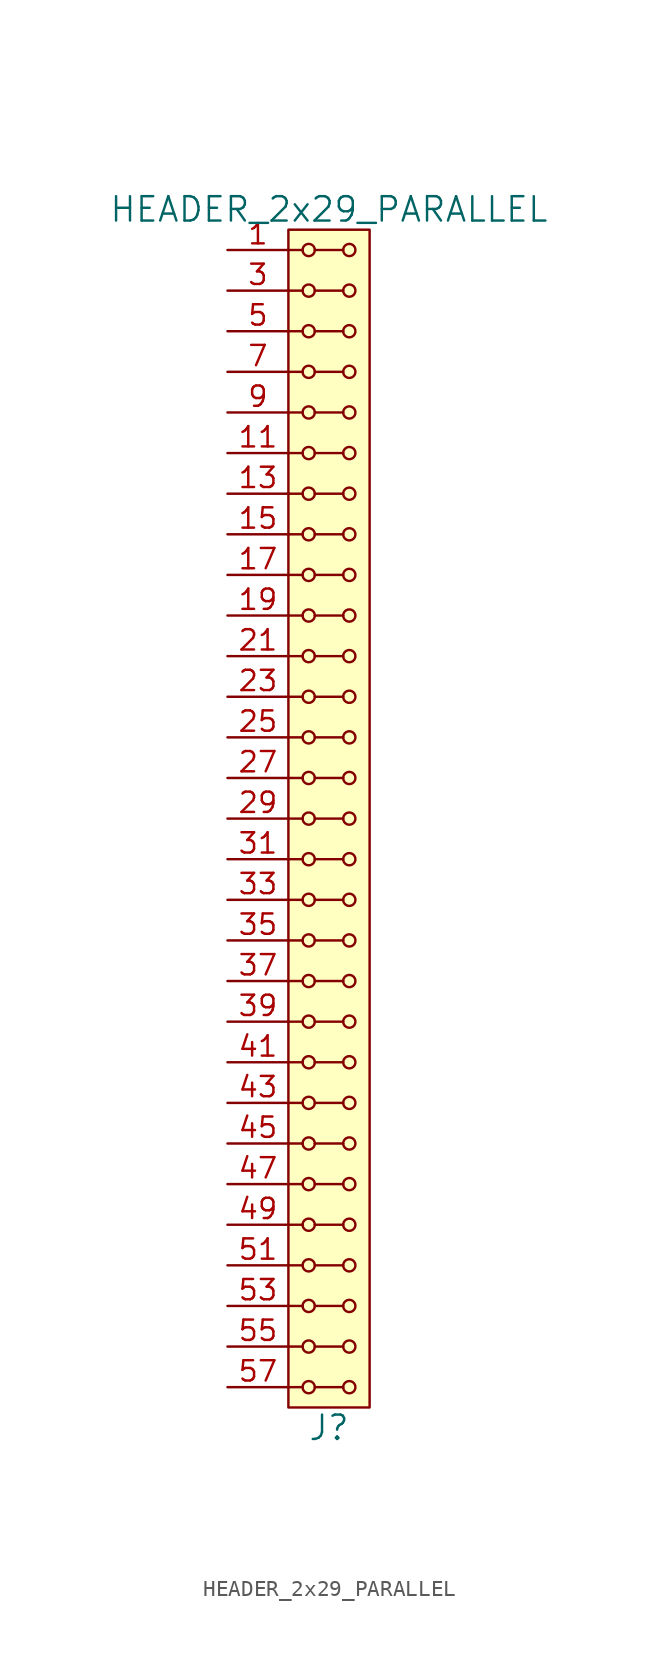
<source format=kicad_sym>
(kicad_symbol_lib
  (version 20211014)
  (generator kicad_symbol_editor)
  (symbol "HEADER_2x29_PARALLEL"
    (pin_names
      (offset 1.016))
    (property "Reference" "J"
      (at 0 -38.1 0)
      (effects (font (size 1.524 1.524))))
    (property "Value" "HEADER_2x29_PARALLEL"
      (at 0 38.1 0)
      (effects (font (size 1.524 1.524))))
    (property "Footprint" ""
      (at 0 35.56 0)
      (effects (font (size 1.524 1.524))))
    (property "Datasheet" ""
      (at 0 35.56 0)
      (effects (font (size 1.524 1.524))))
    (symbol "HEADER_2x29_PARALLEL_0_1"
      (rectangle (start -2.54 36.83) (end 2.54 -36.83) (stroke (width 0) (type default) (color 0 0 0 0)) (fill (type background)))
      (circle (center -1.27 -35.56) (radius 0.381) (stroke (width 0) (type default) (color 0 0 0 0)) (fill (type none)))
      (circle (center -1.27 -33.02) (radius 0.381) (stroke (width 0) (type default) (color 0 0 0 0)) (fill (type none)))
      (circle (center -1.27 -30.48) (radius 0.381) (stroke (width 0) (type default) (color 0 0 0 0)) (fill (type none)))
      (circle (center -1.27 -27.94) (radius 0.381) (stroke (width 0) (type default) (color 0 0 0 0)) (fill (type none)))
      (circle (center -1.27 -25.4) (radius 0.381) (stroke (width 0) (type default) (color 0 0 0 0)) (fill (type none)))
      (circle (center -1.27 -22.86) (radius 0.381) (stroke (width 0) (type default) (color 0 0 0 0)) (fill (type none)))
      (circle (center -1.27 -20.32) (radius 0.381) (stroke (width 0) (type default) (color 0 0 0 0)) (fill (type none)))
      (circle (center -1.27 -17.78) (radius 0.381) (stroke (width 0) (type default) (color 0 0 0 0)) (fill (type none)))
      (circle (center -1.27 -15.24) (radius 0.381) (stroke (width 0) (type default) (color 0 0 0 0)) (fill (type none)))
      (circle (center -1.27 -12.7) (radius 0.381) (stroke (width 0) (type default) (color 0 0 0 0)) (fill (type none)))
      (circle (center -1.27 -10.16) (radius 0.381) (stroke (width 0) (type default) (color 0 0 0 0)) (fill (type none)))
      (circle (center -1.27 -7.62) (radius 0.381) (stroke (width 0) (type default) (color 0 0 0 0)) (fill (type none)))
      (circle (center -1.27 -5.08) (radius 0.381) (stroke (width 0) (type default) (color 0 0 0 0)) (fill (type none)))
      (circle (center -1.27 -2.54) (radius 0.381) (stroke (width 0) (type default) (color 0 0 0 0)) (fill (type none)))
      (circle (center -1.27 0) (radius 0.381) (stroke (width 0) (type default) (color 0 0 0 0)) (fill (type none)))
      (circle (center -1.27 2.54) (radius 0.381) (stroke (width 0) (type default) (color 0 0 0 0)) (fill (type none)))
      (circle (center -1.27 5.08) (radius 0.381) (stroke (width 0) (type default) (color 0 0 0 0)) (fill (type none)))
      (circle (center -1.27 7.62) (radius 0.381) (stroke (width 0) (type default) (color 0 0 0 0)) (fill (type none)))
      (circle (center -1.27 10.16) (radius 0.381) (stroke (width 0) (type default) (color 0 0 0 0)) (fill (type none)))
      (circle (center -1.27 12.7) (radius 0.381) (stroke (width 0) (type default) (color 0 0 0 0)) (fill (type none)))
      (circle (center -1.27 15.24) (radius 0.381) (stroke (width 0) (type default) (color 0 0 0 0)) (fill (type none)))
      (circle (center -1.27 17.78) (radius 0.381) (stroke (width 0) (type default) (color 0 0 0 0)) (fill (type none)))
      (circle (center -1.27 20.32) (radius 0.381) (stroke (width 0) (type default) (color 0 0 0 0)) (fill (type none)))
      (circle (center -1.27 22.86) (radius 0.381) (stroke (width 0) (type default) (color 0 0 0 0)) (fill (type none)))
      (circle (center -1.27 25.4) (radius 0.381) (stroke (width 0) (type default) (color 0 0 0 0)) (fill (type none)))
      (circle (center -1.27 27.94) (radius 0.381) (stroke (width 0) (type default) (color 0 0 0 0)) (fill (type none)))
      (circle (center -1.27 30.48) (radius 0.381) (stroke (width 0) (type default) (color 0 0 0 0)) (fill (type none)))
      (circle (center -1.27 33.02) (radius 0.381) (stroke (width 0) (type default) (color 0 0 0 0)) (fill (type none)))
      (circle (center -1.27 35.56) (radius 0.381) (stroke (width 0) (type default) (color 0 0 0 0)) (fill (type none)))
      (polyline (pts (xy -1.651 -35.56) (xy -2.54 -35.56)) (stroke (width 0) (type default) (color 0 0 0 0)) (fill (type none)))
      (polyline (pts (xy -1.651 -33.02) (xy -2.54 -33.02)) (stroke (width 0) (type default) (color 0 0 0 0)) (fill (type none)))
      (polyline (pts (xy -1.651 -30.48) (xy -2.54 -30.48)) (stroke (width 0) (type default) (color 0 0 0 0)) (fill (type none)))
      (polyline (pts (xy -1.651 -27.94) (xy -2.54 -27.94)) (stroke (width 0) (type default) (color 0 0 0 0)) (fill (type none)))
      (polyline (pts (xy -1.651 -25.4) (xy -2.54 -25.4)) (stroke (width 0) (type default) (color 0 0 0 0)) (fill (type none)))
      (polyline (pts (xy -1.651 -22.86) (xy -2.54 -22.86)) (stroke (width 0) (type default) (color 0 0 0 0)) (fill (type none)))
      (polyline (pts (xy -1.651 -20.32) (xy -2.54 -20.32)) (stroke (width 0) (type default) (color 0 0 0 0)) (fill (type none)))
      (polyline (pts (xy -1.651 -17.78) (xy -2.54 -17.78)) (stroke (width 0) (type default) (color 0 0 0 0)) (fill (type none)))
      (polyline (pts (xy -1.651 -15.24) (xy -2.54 -15.24)) (stroke (width 0) (type default) (color 0 0 0 0)) (fill (type none)))
      (polyline (pts (xy -1.651 -12.7) (xy -2.54 -12.7)) (stroke (width 0) (type default) (color 0 0 0 0)) (fill (type none)))
      (polyline (pts (xy -1.651 -10.16) (xy -2.54 -10.16)) (stroke (width 0) (type default) (color 0 0 0 0)) (fill (type none)))
      (polyline (pts (xy -1.651 -7.62) (xy -2.54 -7.62)) (stroke (width 0) (type default) (color 0 0 0 0)) (fill (type none)))
      (polyline (pts (xy -1.651 -5.08) (xy -2.54 -5.08)) (stroke (width 0) (type default) (color 0 0 0 0)) (fill (type none)))
      (polyline (pts (xy -1.651 -2.54) (xy -2.54 -2.54)) (stroke (width 0) (type default) (color 0 0 0 0)) (fill (type none)))
      (polyline (pts (xy -1.651 0) (xy -2.54 0)) (stroke (width 0) (type default) (color 0 0 0 0)) (fill (type none)))
      (polyline (pts (xy -1.651 2.54) (xy -2.54 2.54)) (stroke (width 0) (type default) (color 0 0 0 0)) (fill (type none)))
      (polyline (pts (xy -1.651 5.08) (xy -2.54 5.08)) (stroke (width 0) (type default) (color 0 0 0 0)) (fill (type none)))
      (polyline (pts (xy -1.651 7.62) (xy -2.54 7.62)) (stroke (width 0) (type default) (color 0 0 0 0)) (fill (type none)))
      (polyline (pts (xy -1.651 10.16) (xy -2.54 10.16)) (stroke (width 0) (type default) (color 0 0 0 0)) (fill (type none)))
      (polyline (pts (xy -1.651 12.7) (xy -2.54 12.7)) (stroke (width 0) (type default) (color 0 0 0 0)) (fill (type none)))
      (polyline (pts (xy -1.651 15.24) (xy -2.54 15.24)) (stroke (width 0) (type default) (color 0 0 0 0)) (fill (type none)))
      (polyline (pts (xy -1.651 17.78) (xy -2.54 17.78)) (stroke (width 0) (type default) (color 0 0 0 0)) (fill (type none)))
      (polyline (pts (xy -1.651 20.32) (xy -2.54 20.32)) (stroke (width 0) (type default) (color 0 0 0 0)) (fill (type none)))
      (polyline (pts (xy -1.651 22.86) (xy -2.54 22.86)) (stroke (width 0) (type default) (color 0 0 0 0)) (fill (type none)))
      (polyline (pts (xy -1.651 25.4) (xy -2.54 25.4)) (stroke (width 0) (type default) (color 0 0 0 0)) (fill (type none)))
      (polyline (pts (xy -1.651 27.94) (xy -2.54 27.94)) (stroke (width 0) (type default) (color 0 0 0 0)) (fill (type none)))
      (polyline (pts (xy -1.651 30.48) (xy -2.54 30.48)) (stroke (width 0) (type default) (color 0 0 0 0)) (fill (type none)))
      (polyline (pts (xy -1.651 33.02) (xy -2.54 33.02)) (stroke (width 0) (type default) (color 0 0 0 0)) (fill (type none)))
      (polyline (pts (xy -1.651 35.56) (xy -2.54 35.56)) (stroke (width 0) (type default) (color 0 0 0 0)) (fill (type none)))
      (polyline (pts (xy -0.889 -35.56) (xy 0.889 -35.56)) (stroke (width 0) (type default) (color 0 0 0 0)) (fill (type none)))
      (polyline (pts (xy -0.889 -33.02) (xy 0.889 -33.02)) (stroke (width 0) (type default) (color 0 0 0 0)) (fill (type none)))
      (polyline (pts (xy -0.889 -30.48) (xy 0.889 -30.48)) (stroke (width 0) (type default) (color 0 0 0 0)) (fill (type none)))
      (polyline (pts (xy -0.889 -27.94) (xy 0.889 -27.94)) (stroke (width 0) (type default) (color 0 0 0 0)) (fill (type none)))
      (polyline (pts (xy -0.889 -25.4) (xy 0.889 -25.4)) (stroke (width 0) (type default) (color 0 0 0 0)) (fill (type none)))
      (polyline (pts (xy -0.889 -22.86) (xy 0.889 -22.86)) (stroke (width 0) (type default) (color 0 0 0 0)) (fill (type none)))
      (polyline (pts (xy -0.889 -20.32) (xy 0.889 -20.32)) (stroke (width 0) (type default) (color 0 0 0 0)) (fill (type none)))
      (polyline (pts (xy -0.889 -17.78) (xy 0.889 -17.78)) (stroke (width 0) (type default) (color 0 0 0 0)) (fill (type none)))
      (polyline (pts (xy -0.889 -15.24) (xy 0.889 -15.24)) (stroke (width 0) (type default) (color 0 0 0 0)) (fill (type none)))
      (polyline (pts (xy -0.889 -12.7) (xy 0.889 -12.7)) (stroke (width 0) (type default) (color 0 0 0 0)) (fill (type none)))
      (polyline (pts (xy -0.889 -10.16) (xy 0.889 -10.16)) (stroke (width 0) (type default) (color 0 0 0 0)) (fill (type none)))
      (polyline (pts (xy -0.889 -7.62) (xy 0.889 -7.62)) (stroke (width 0) (type default) (color 0 0 0 0)) (fill (type none)))
      (polyline (pts (xy -0.889 -5.08) (xy 0.889 -5.08)) (stroke (width 0) (type default) (color 0 0 0 0)) (fill (type none)))
      (polyline (pts (xy -0.889 -2.54) (xy 0.889 -2.54)) (stroke (width 0) (type default) (color 0 0 0 0)) (fill (type none)))
      (polyline (pts (xy -0.889 0) (xy 0.889 0)) (stroke (width 0) (type default) (color 0 0 0 0)) (fill (type none)))
      (polyline (pts (xy -0.889 2.54) (xy 0.889 2.54)) (stroke (width 0) (type default) (color 0 0 0 0)) (fill (type none)))
      (polyline (pts (xy -0.889 5.08) (xy 0.889 5.08)) (stroke (width 0) (type default) (color 0 0 0 0)) (fill (type none)))
      (polyline (pts (xy -0.889 7.62) (xy 0.889 7.62)) (stroke (width 0) (type default) (color 0 0 0 0)) (fill (type none)))
      (polyline (pts (xy -0.889 10.16) (xy 0.889 10.16)) (stroke (width 0) (type default) (color 0 0 0 0)) (fill (type none)))
      (polyline (pts (xy -0.889 12.7) (xy 0.889 12.7)) (stroke (width 0) (type default) (color 0 0 0 0)) (fill (type none)))
      (polyline (pts (xy -0.889 15.24) (xy 0.889 15.24)) (stroke (width 0) (type default) (color 0 0 0 0)) (fill (type none)))
      (polyline (pts (xy -0.889 17.78) (xy 0.889 17.78)) (stroke (width 0) (type default) (color 0 0 0 0)) (fill (type none)))
      (polyline (pts (xy -0.889 20.32) (xy 0.889 20.32)) (stroke (width 0) (type default) (color 0 0 0 0)) (fill (type none)))
      (polyline (pts (xy -0.889 22.86) (xy 0.889 22.86)) (stroke (width 0) (type default) (color 0 0 0 0)) (fill (type none)))
      (polyline (pts (xy -0.889 25.4) (xy 0.889 25.4)) (stroke (width 0) (type default) (color 0 0 0 0)) (fill (type none)))
      (polyline (pts (xy -0.889 27.94) (xy 0.889 27.94)) (stroke (width 0) (type default) (color 0 0 0 0)) (fill (type none)))
      (polyline (pts (xy -0.889 30.48) (xy 0.889 30.48)) (stroke (width 0) (type default) (color 0 0 0 0)) (fill (type none)))
      (polyline (pts (xy -0.889 33.02) (xy 0.889 33.02)) (stroke (width 0) (type default) (color 0 0 0 0)) (fill (type none)))
      (polyline (pts (xy -0.889 35.56) (xy 0.889 35.56)) (stroke (width 0) (type default) (color 0 0 0 0)) (fill (type none)))
      (circle (center 1.27 -35.56) (radius 0.381) (stroke (width 0) (type default) (color 0 0 0 0)) (fill (type none)))
      (circle (center 1.27 -33.02) (radius 0.381) (stroke (width 0) (type default) (color 0 0 0 0)) (fill (type none)))
      (circle (center 1.27 -30.48) (radius 0.381) (stroke (width 0) (type default) (color 0 0 0 0)) (fill (type none)))
      (circle (center 1.27 -27.94) (radius 0.381) (stroke (width 0) (type default) (color 0 0 0 0)) (fill (type none)))
      (circle (center 1.27 -25.4) (radius 0.381) (stroke (width 0) (type default) (color 0 0 0 0)) (fill (type none)))
      (circle (center 1.27 -22.86) (radius 0.381) (stroke (width 0) (type default) (color 0 0 0 0)) (fill (type none)))
      (circle (center 1.27 -20.32) (radius 0.381) (stroke (width 0) (type default) (color 0 0 0 0)) (fill (type none)))
      (circle (center 1.27 -17.78) (radius 0.381) (stroke (width 0) (type default) (color 0 0 0 0)) (fill (type none)))
      (circle (center 1.27 -15.24) (radius 0.381) (stroke (width 0) (type default) (color 0 0 0 0)) (fill (type none)))
      (circle (center 1.27 -12.7) (radius 0.381) (stroke (width 0) (type default) (color 0 0 0 0)) (fill (type none)))
      (circle (center 1.27 -10.16) (radius 0.381) (stroke (width 0) (type default) (color 0 0 0 0)) (fill (type none)))
      (circle (center 1.27 -7.62) (radius 0.381) (stroke (width 0) (type default) (color 0 0 0 0)) (fill (type none)))
      (circle (center 1.27 -5.08) (radius 0.381) (stroke (width 0) (type default) (color 0 0 0 0)) (fill (type none)))
      (circle (center 1.27 -2.54) (radius 0.381) (stroke (width 0) (type default) (color 0 0 0 0)) (fill (type none)))
      (circle (center 1.27 0) (radius 0.381) (stroke (width 0) (type default) (color 0 0 0 0)) (fill (type none)))
      (circle (center 1.27 2.54) (radius 0.381) (stroke (width 0) (type default) (color 0 0 0 0)) (fill (type none)))
      (circle (center 1.27 5.08) (radius 0.381) (stroke (width 0) (type default) (color 0 0 0 0)) (fill (type none)))
      (circle (center 1.27 7.62) (radius 0.381) (stroke (width 0) (type default) (color 0 0 0 0)) (fill (type none)))
      (circle (center 1.27 10.16) (radius 0.381) (stroke (width 0) (type default) (color 0 0 0 0)) (fill (type none)))
      (circle (center 1.27 12.7) (radius 0.381) (stroke (width 0) (type default) (color 0 0 0 0)) (fill (type none)))
      (circle (center 1.27 15.24) (radius 0.381) (stroke (width 0) (type default) (color 0 0 0 0)) (fill (type none)))
      (circle (center 1.27 17.78) (radius 0.381) (stroke (width 0) (type default) (color 0 0 0 0)) (fill (type none)))
      (circle (center 1.27 20.32) (radius 0.381) (stroke (width 0) (type default) (color 0 0 0 0)) (fill (type none)))
      (circle (center 1.27 22.86) (radius 0.381) (stroke (width 0) (type default) (color 0 0 0 0)) (fill (type none)))
      (circle (center 1.27 25.4) (radius 0.381) (stroke (width 0) (type default) (color 0 0 0 0)) (fill (type none)))
      (circle (center 1.27 27.94) (radius 0.381) (stroke (width 0) (type default) (color 0 0 0 0)) (fill (type none)))
      (circle (center 1.27 30.48) (radius 0.381) (stroke (width 0) (type default) (color 0 0 0 0)) (fill (type none)))
      (circle (center 1.27 33.02) (radius 0.381) (stroke (width 0) (type default) (color 0 0 0 0)) (fill (type none)))
      (circle (center 1.27 35.56) (radius 0.381) (stroke (width 0) (type default) (color 0 0 0 0)) (fill (type none))))
    (symbol "HEADER_2x29_PARALLEL_1_1"
      (pin input line (at -6.35 35.56 0) (length 3.81) (name "~" (effects (font (size 1.27 1.27)))) (number "1" (effects (font (size 1.27 1.27)))))
      (pin input line (at -6.35 25.4 0) (length 3.81) hide (name "~" (effects (font (size 1.27 1.27)))) (number "10" (effects (font (size 1.27 1.27)))))
      (pin input line (at -6.35 22.86 0) (length 3.81) (name "~" (effects (font (size 1.27 1.27)))) (number "11" (effects (font (size 1.27 1.27)))))
      (pin input line (at -6.35 22.86 0) (length 3.81) hide (name "~" (effects (font (size 1.27 1.27)))) (number "12" (effects (font (size 1.27 1.27)))))
      (pin input line (at -6.35 20.32 0) (length 3.81) (name "~" (effects (font (size 1.27 1.27)))) (number "13" (effects (font (size 1.27 1.27)))))
      (pin input line (at -6.35 20.32 0) (length 3.81) hide (name "~" (effects (font (size 1.27 1.27)))) (number "14" (effects (font (size 1.27 1.27)))))
      (pin input line (at -6.35 17.78 0) (length 3.81) (name "~" (effects (font (size 1.27 1.27)))) (number "15" (effects (font (size 1.27 1.27)))))
      (pin input line (at -6.35 17.78 0) (length 3.81) hide (name "~" (effects (font (size 1.27 1.27)))) (number "16" (effects (font (size 1.27 1.27)))))
      (pin input line (at -6.35 15.24 0) (length 3.81) (name "~" (effects (font (size 1.27 1.27)))) (number "17" (effects (font (size 1.27 1.27)))))
      (pin input line (at -6.35 15.24 0) (length 3.81) hide (name "~" (effects (font (size 1.27 1.27)))) (number "18" (effects (font (size 1.27 1.27)))))
      (pin input line (at -6.35 12.7 0) (length 3.81) (name "~" (effects (font (size 1.27 1.27)))) (number "19" (effects (font (size 1.27 1.27)))))
      (pin input line (at -6.35 35.56 0) (length 3.81) hide (name "~" (effects (font (size 1.27 1.27)))) (number "2" (effects (font (size 1.27 1.27)))))
      (pin input line (at -6.35 12.7 0) (length 3.81) hide (name "~" (effects (font (size 1.27 1.27)))) (number "20" (effects (font (size 1.27 1.27)))))
      (pin input line (at -6.35 10.16 0) (length 3.81) (name "~" (effects (font (size 1.27 1.27)))) (number "21" (effects (font (size 1.27 1.27)))))
      (pin input line (at -6.35 10.16 0) (length 3.81) hide (name "~" (effects (font (size 1.27 1.27)))) (number "22" (effects (font (size 1.27 1.27)))))
      (pin input line (at -6.35 7.62 0) (length 3.81) (name "~" (effects (font (size 1.27 1.27)))) (number "23" (effects (font (size 1.27 1.27)))))
      (pin input line (at -6.35 7.62 0) (length 3.81) hide (name "~" (effects (font (size 1.27 1.27)))) (number "24" (effects (font (size 1.27 1.27)))))
      (pin input line (at -6.35 5.08 0) (length 3.81) (name "~" (effects (font (size 1.27 1.27)))) (number "25" (effects (font (size 1.27 1.27)))))
      (pin input line (at -6.35 5.08 0) (length 3.81) hide (name "~" (effects (font (size 1.27 1.27)))) (number "26" (effects (font (size 1.27 1.27)))))
      (pin input line (at -6.35 2.54 0) (length 3.81) (name "~" (effects (font (size 1.27 1.27)))) (number "27" (effects (font (size 1.27 1.27)))))
      (pin input line (at -6.35 2.54 0) (length 3.81) hide (name "~" (effects (font (size 1.27 1.27)))) (number "28" (effects (font (size 1.27 1.27)))))
      (pin input line (at -6.35 0 0) (length 3.81) (name "~" (effects (font (size 1.27 1.27)))) (number "29" (effects (font (size 1.27 1.27)))))
      (pin input line (at -6.35 33.02 0) (length 3.81) (name "~" (effects (font (size 1.27 1.27)))) (number "3" (effects (font (size 1.27 1.27)))))
      (pin input line (at -6.35 0 0) (length 3.81) hide (name "~" (effects (font (size 1.27 1.27)))) (number "30" (effects (font (size 1.27 1.27)))))
      (pin input line (at -6.35 -2.54 0) (length 3.81) (name "~" (effects (font (size 1.27 1.27)))) (number "31" (effects (font (size 1.27 1.27)))))
      (pin input line (at -6.35 -2.54 0) (length 3.81) hide (name "~" (effects (font (size 1.27 1.27)))) (number "32" (effects (font (size 1.27 1.27)))))
      (pin input line (at -6.35 -5.08 0) (length 3.81) (name "~" (effects (font (size 1.27 1.27)))) (number "33" (effects (font (size 1.27 1.27)))))
      (pin input line (at -6.35 -5.08 0) (length 3.81) hide (name "~" (effects (font (size 1.27 1.27)))) (number "34" (effects (font (size 1.27 1.27)))))
      (pin input line (at -6.35 -7.62 0) (length 3.81) (name "~" (effects (font (size 1.27 1.27)))) (number "35" (effects (font (size 1.27 1.27)))))
      (pin input line (at -6.35 -7.62 0) (length 3.81) hide (name "~" (effects (font (size 1.27 1.27)))) (number "36" (effects (font (size 1.27 1.27)))))
      (pin input line (at -6.35 -10.16 0) (length 3.81) (name "~" (effects (font (size 1.27 1.27)))) (number "37" (effects (font (size 1.27 1.27)))))
      (pin input line (at -6.35 -10.16 0) (length 3.81) hide (name "~" (effects (font (size 1.27 1.27)))) (number "38" (effects (font (size 1.27 1.27)))))
      (pin input line (at -6.35 -12.7 0) (length 3.81) (name "~" (effects (font (size 1.27 1.27)))) (number "39" (effects (font (size 1.27 1.27)))))
      (pin input line (at -6.35 33.02 0) (length 3.81) hide (name "~" (effects (font (size 1.27 1.27)))) (number "4" (effects (font (size 1.27 1.27)))))
      (pin input line (at -6.35 -12.7 0) (length 3.81) hide (name "~" (effects (font (size 1.27 1.27)))) (number "40" (effects (font (size 1.27 1.27)))))
      (pin input line (at -6.35 -15.24 0) (length 3.81) (name "~" (effects (font (size 1.27 1.27)))) (number "41" (effects (font (size 1.27 1.27)))))
      (pin input line (at -6.35 -15.24 0) (length 3.81) hide (name "~" (effects (font (size 1.27 1.27)))) (number "42" (effects (font (size 1.27 1.27)))))
      (pin input line (at -6.35 -17.78 0) (length 3.81) (name "~" (effects (font (size 1.27 1.27)))) (number "43" (effects (font (size 1.27 1.27)))))
      (pin input line (at -6.35 -17.78 0) (length 3.81) hide (name "~" (effects (font (size 1.27 1.27)))) (number "44" (effects (font (size 1.27 1.27)))))
      (pin input line (at -6.35 -20.32 0) (length 3.81) (name "~" (effects (font (size 1.27 1.27)))) (number "45" (effects (font (size 1.27 1.27)))))
      (pin input line (at -6.35 -20.32 0) (length 3.81) hide (name "~" (effects (font (size 1.27 1.27)))) (number "46" (effects (font (size 1.27 1.27)))))
      (pin input line (at -6.35 -22.86 0) (length 3.81) (name "~" (effects (font (size 1.27 1.27)))) (number "47" (effects (font (size 1.27 1.27)))))
      (pin input line (at -6.35 -22.86 0) (length 3.81) hide (name "~" (effects (font (size 1.27 1.27)))) (number "48" (effects (font (size 1.27 1.27)))))
      (pin input line (at -6.35 -25.4 0) (length 3.81) (name "~" (effects (font (size 1.27 1.27)))) (number "49" (effects (font (size 1.27 1.27)))))
      (pin input line (at -6.35 30.48 0) (length 3.81) (name "~" (effects (font (size 1.27 1.27)))) (number "5" (effects (font (size 1.27 1.27)))))
      (pin input line (at -6.35 -25.4 0) (length 3.81) hide (name "~" (effects (font (size 1.27 1.27)))) (number "50" (effects (font (size 1.27 1.27)))))
      (pin input line (at -6.35 -27.94 0) (length 3.81) (name "~" (effects (font (size 1.27 1.27)))) (number "51" (effects (font (size 1.27 1.27)))))
      (pin input line (at -6.35 -27.94 0) (length 3.81) hide (name "~" (effects (font (size 1.27 1.27)))) (number "52" (effects (font (size 1.27 1.27)))))
      (pin input line (at -6.35 -30.48 0) (length 3.81) (name "~" (effects (font (size 1.27 1.27)))) (number "53" (effects (font (size 1.27 1.27)))))
      (pin input line (at -6.35 -30.48 0) (length 3.81) hide (name "~" (effects (font (size 1.27 1.27)))) (number "54" (effects (font (size 1.27 1.27)))))
      (pin input line (at -6.35 -33.02 0) (length 3.81) (name "~" (effects (font (size 1.27 1.27)))) (number "55" (effects (font (size 1.27 1.27)))))
      (pin input line (at -6.35 -33.02 0) (length 3.81) hide (name "~" (effects (font (size 1.27 1.27)))) (number "56" (effects (font (size 1.27 1.27)))))
      (pin input line (at -6.35 -35.56 0) (length 3.81) (name "~" (effects (font (size 1.27 1.27)))) (number "57" (effects (font (size 1.27 1.27)))))
      (pin input line (at -6.35 -35.56 0) (length 3.81) hide (name "~" (effects (font (size 1.27 1.27)))) (number "58" (effects (font (size 1.27 1.27)))))
      (pin input line (at -6.35 30.48 0) (length 3.81) hide (name "~" (effects (font (size 1.27 1.27)))) (number "6" (effects (font (size 1.27 1.27)))))
      (pin input line (at -6.35 27.94 0) (length 3.81) (name "~" (effects (font (size 1.27 1.27)))) (number "7" (effects (font (size 1.27 1.27)))))
      (pin input line (at -6.35 27.94 0) (length 3.81) hide (name "~" (effects (font (size 1.27 1.27)))) (number "8" (effects (font (size 1.27 1.27)))))
      (pin input line (at -6.35 25.4 0) (length 3.81) (name "~" (effects (font (size 1.27 1.27)))) (number "9" (effects (font (size 1.27 1.27))))))))
</source>
